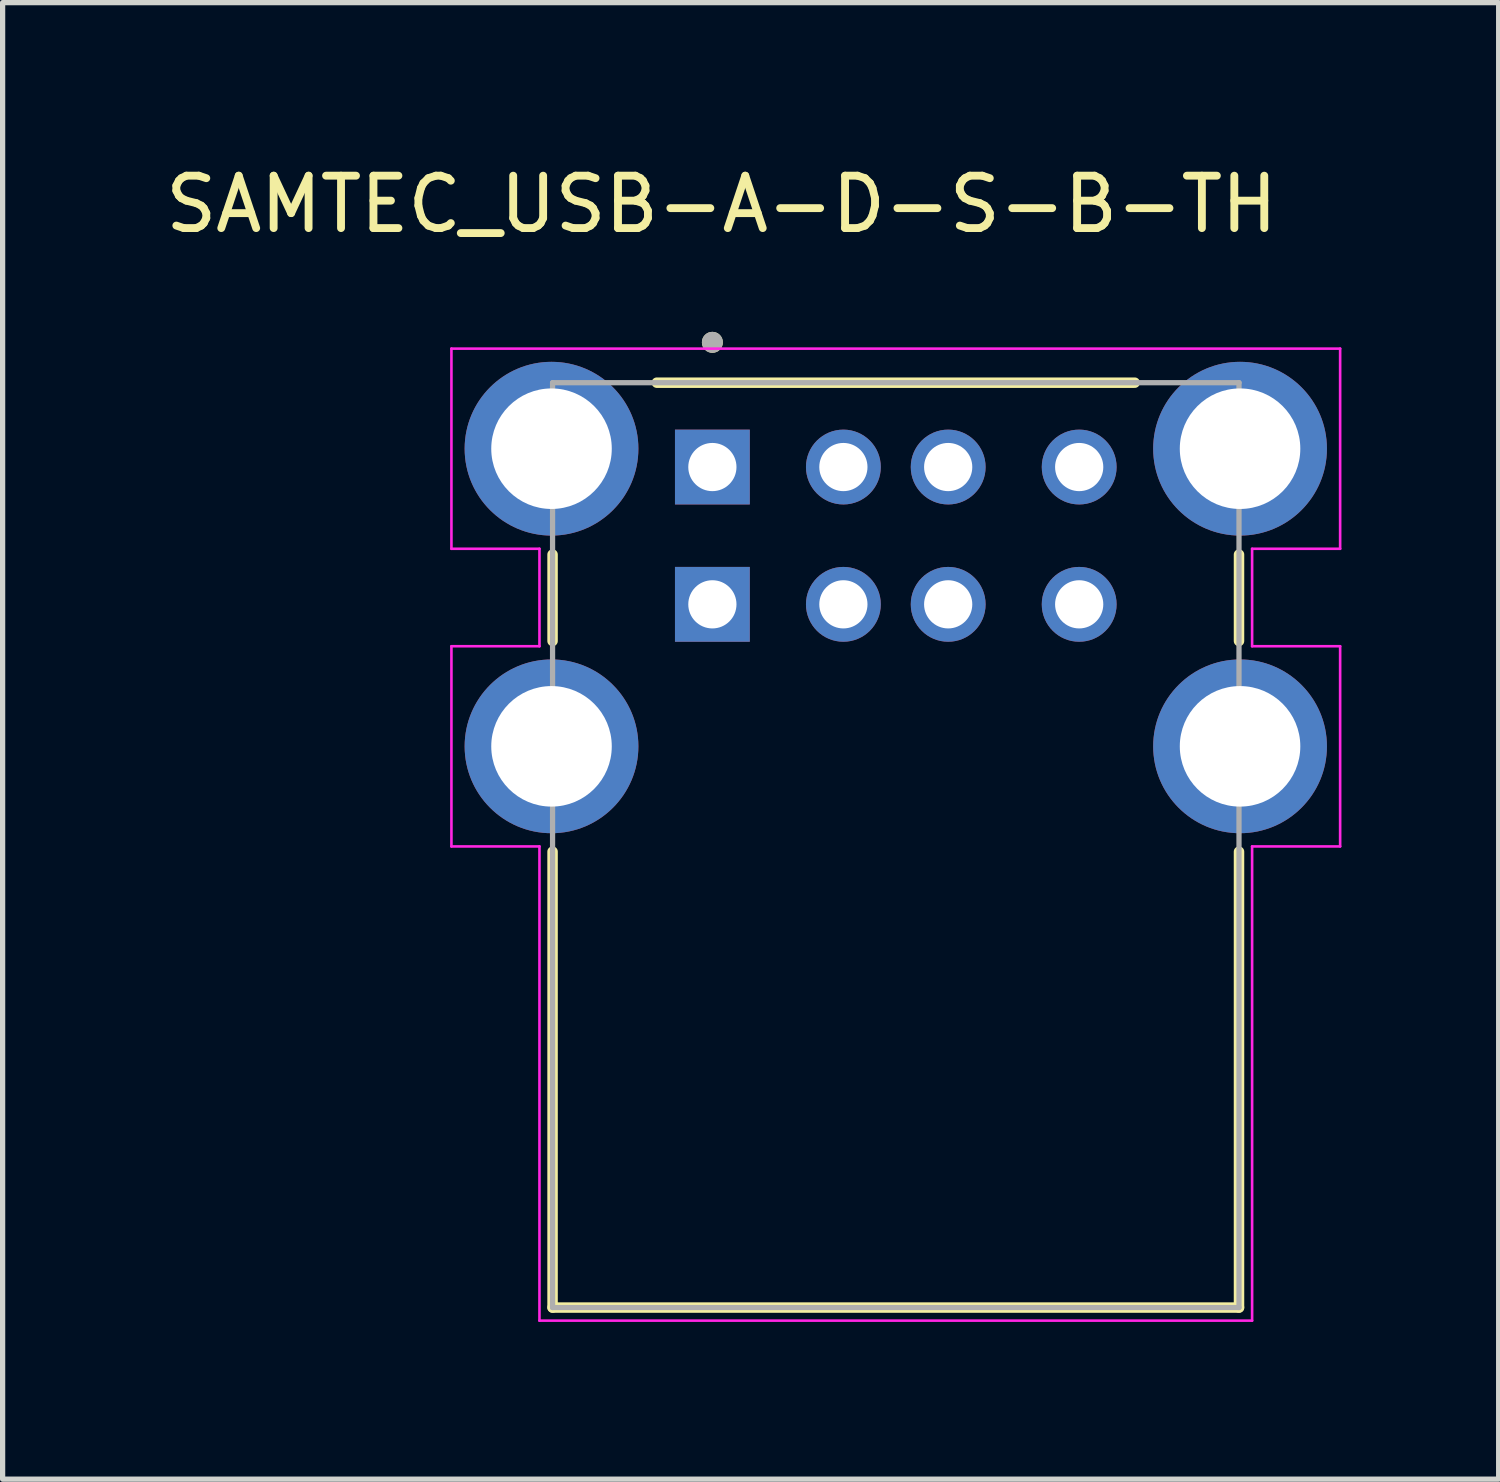
<source format=kicad_pcb>
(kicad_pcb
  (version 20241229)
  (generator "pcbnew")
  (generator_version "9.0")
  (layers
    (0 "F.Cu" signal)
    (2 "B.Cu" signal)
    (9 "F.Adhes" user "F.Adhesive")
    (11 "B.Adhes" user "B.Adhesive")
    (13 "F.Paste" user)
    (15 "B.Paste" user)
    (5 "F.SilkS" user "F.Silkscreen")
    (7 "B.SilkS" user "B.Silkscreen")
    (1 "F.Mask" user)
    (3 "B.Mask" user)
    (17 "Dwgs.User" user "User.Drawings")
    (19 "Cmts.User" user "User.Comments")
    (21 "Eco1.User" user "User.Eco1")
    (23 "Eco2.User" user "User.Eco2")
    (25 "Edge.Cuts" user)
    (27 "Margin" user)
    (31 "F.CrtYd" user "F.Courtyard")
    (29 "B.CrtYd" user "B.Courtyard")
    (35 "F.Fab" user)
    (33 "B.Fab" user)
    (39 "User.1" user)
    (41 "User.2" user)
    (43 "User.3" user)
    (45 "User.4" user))
  (footprint "SAMTEC_USB-A-D-S-B-TH"
    (layer "F.Cu")
    (at 14.045 8.483)
    (property "Reference" "SAMTEC_USB-A-D-S-B-TH" (at -3.325 -7.635 0) (layer "F.SilkS") (effects (font (size 1 1) (thickness 0.15))))
    (attr through_hole)
    (fp_line (start -6.55 0.7) (end -6.55 -0.95) (stroke (width 0.2) (type solid)) (layer "F.SilkS"))
    (fp_line (start -6.55 13.42) (end -6.55 4.72) (stroke (width 0.2) (type solid)) (layer "F.SilkS"))
    (fp_line (start -4.56 -4.23) (end 4.56 -4.23) (stroke (width 0.2) (type solid)) (layer "F.SilkS"))
    (fp_line (start 6.55 -0.95) (end 6.55 0.7) (stroke (width 0.2) (type solid)) (layer "F.SilkS"))
    (fp_line (start 6.55 4.72) (end 6.55 13.42) (stroke (width 0.2) (type solid)) (layer "F.SilkS"))
    (fp_line (start 6.55 13.42) (end -6.55 13.42) (stroke (width 0.2) (type solid)) (layer "F.SilkS"))
    (fp_circle (center -3.5 -5) (end -3.4 -5) (stroke (width 0.2) (type solid)) (fill no) (layer "F.SilkS"))
    (fp_line (start -8.48 -4.88) (end 8.48 -4.88) (stroke (width 0.05) (type solid)) (layer "F.CrtYd"))
    (fp_line (start -8.48 -1.06) (end -8.48 -4.88) (stroke (width 0.05) (type solid)) (layer "F.CrtYd"))
    (fp_line (start -8.48 0.8) (end -6.8 0.8) (stroke (width 0.05) (type solid)) (layer "F.CrtYd"))
    (fp_line (start -8.48 4.62) (end -8.48 0.8) (stroke (width 0.05) (type solid)) (layer "F.CrtYd"))
    (fp_line (start -6.8 -1.06) (end -8.48 -1.06) (stroke (width 0.05) (type solid)) (layer "F.CrtYd"))
    (fp_line (start -6.8 0.8) (end -6.8 -1.06) (stroke (width 0.05) (type solid)) (layer "F.CrtYd"))
    (fp_line (start -6.8 4.62) (end -8.48 4.62) (stroke (width 0.05) (type solid)) (layer "F.CrtYd"))
    (fp_line (start -6.8 13.67) (end -6.8 4.62) (stroke (width 0.05) (type solid)) (layer "F.CrtYd"))
    (fp_line (start 6.8 -1.06) (end 6.8 0.8) (stroke (width 0.05) (type solid)) (layer "F.CrtYd"))
    (fp_line (start 6.8 0.8) (end 8.48 0.8) (stroke (width 0.05) (type solid)) (layer "F.CrtYd"))
    (fp_line (start 6.8 4.62) (end 6.8 13.67) (stroke (width 0.05) (type solid)) (layer "F.CrtYd"))
    (fp_line (start 6.8 13.67) (end -6.8 13.67) (stroke (width 0.05) (type solid)) (layer "F.CrtYd"))
    (fp_line (start 8.48 -4.88) (end 8.48 -1.06) (stroke (width 0.05) (type solid)) (layer "F.CrtYd"))
    (fp_line (start 8.48 -1.06) (end 6.8 -1.06) (stroke (width 0.05) (type solid)) (layer "F.CrtYd"))
    (fp_line (start 8.48 0.8) (end 8.48 4.62) (stroke (width 0.05) (type solid)) (layer "F.CrtYd"))
    (fp_line (start 8.48 4.62) (end 6.8 4.62) (stroke (width 0.05) (type solid)) (layer "F.CrtYd"))
    (fp_line (start -6.55 -4.23) (end 6.55 -4.23) (stroke (width 0.1) (type solid)) (layer "F.Fab"))
    (fp_line (start -6.55 13.42) (end -6.55 -4.23) (stroke (width 0.1) (type solid)) (layer "F.Fab"))
    (fp_line (start 6.55 -4.23) (end 6.55 13.42) (stroke (width 0.1) (type solid)) (layer "F.Fab"))
    (fp_line (start 6.55 13.42) (end -6.55 13.42) (stroke (width 0.1) (type solid)) (layer "F.Fab"))
    (fp_circle (center -3.5 -5) (end -3.4 -5) (stroke (width 0.2) (type solid)) (fill no) (layer "F.Fab"))
    (pad "1_1" thru_hole rect (at -3.5 0) (size 1.428 1.428) (drill 0.92) (layers "*.Cu" "*.Mask"))
    (pad "1_2" thru_hole rect (at -3.5 -2.62) (size 1.428 1.428) (drill 0.92) (layers "*.Cu" "*.Mask"))
    (pad "2_1" thru_hole circle (at -1 0) (size 1.428 1.428) (drill 0.92) (layers "*.Cu" "*.Mask"))
    (pad "2_2" thru_hole circle (at -1 -2.62) (size 1.428 1.428) (drill 0.92) (layers "*.Cu" "*.Mask"))
    (pad "3_1" thru_hole circle (at 1 0) (size 1.428 1.428) (drill 0.92) (layers "*.Cu" "*.Mask"))
    (pad "3_2" thru_hole circle (at 1 -2.62) (size 1.428 1.428) (drill 0.92) (layers "*.Cu" "*.Mask"))
    (pad "4_1" thru_hole circle (at 3.5 0) (size 1.428 1.428) (drill 0.92) (layers "*.Cu" "*.Mask"))
    (pad "4_2" thru_hole circle (at 3.5 -2.62) (size 1.428 1.428) (drill 0.92) (layers "*.Cu" "*.Mask"))
    (pad "S1" thru_hole circle (at -6.57 -2.97) (size 3.316 3.316) (drill 2.3) (layers "*.Cu" "*.Mask"))
    (pad "S2" thru_hole circle (at 6.57 -2.97) (size 3.316 3.316) (drill 2.3) (layers "*.Cu" "*.Mask"))
    (pad "S3" thru_hole circle (at -6.57 2.71) (size 3.316 3.316) (drill 2.3) (layers "*.Cu" "*.Mask"))
    (pad "S4" thru_hole circle (at 6.57 2.71) (size 3.316 3.316) (drill 2.3) (layers "*.Cu" "*.Mask")))
  (gr_rect
    (start -3 -3)
    (end 25.55 25.178)
    (stroke (width 0.1) (type default))
    (fill no)
    (layer "Edge.Cuts")))
</source>
